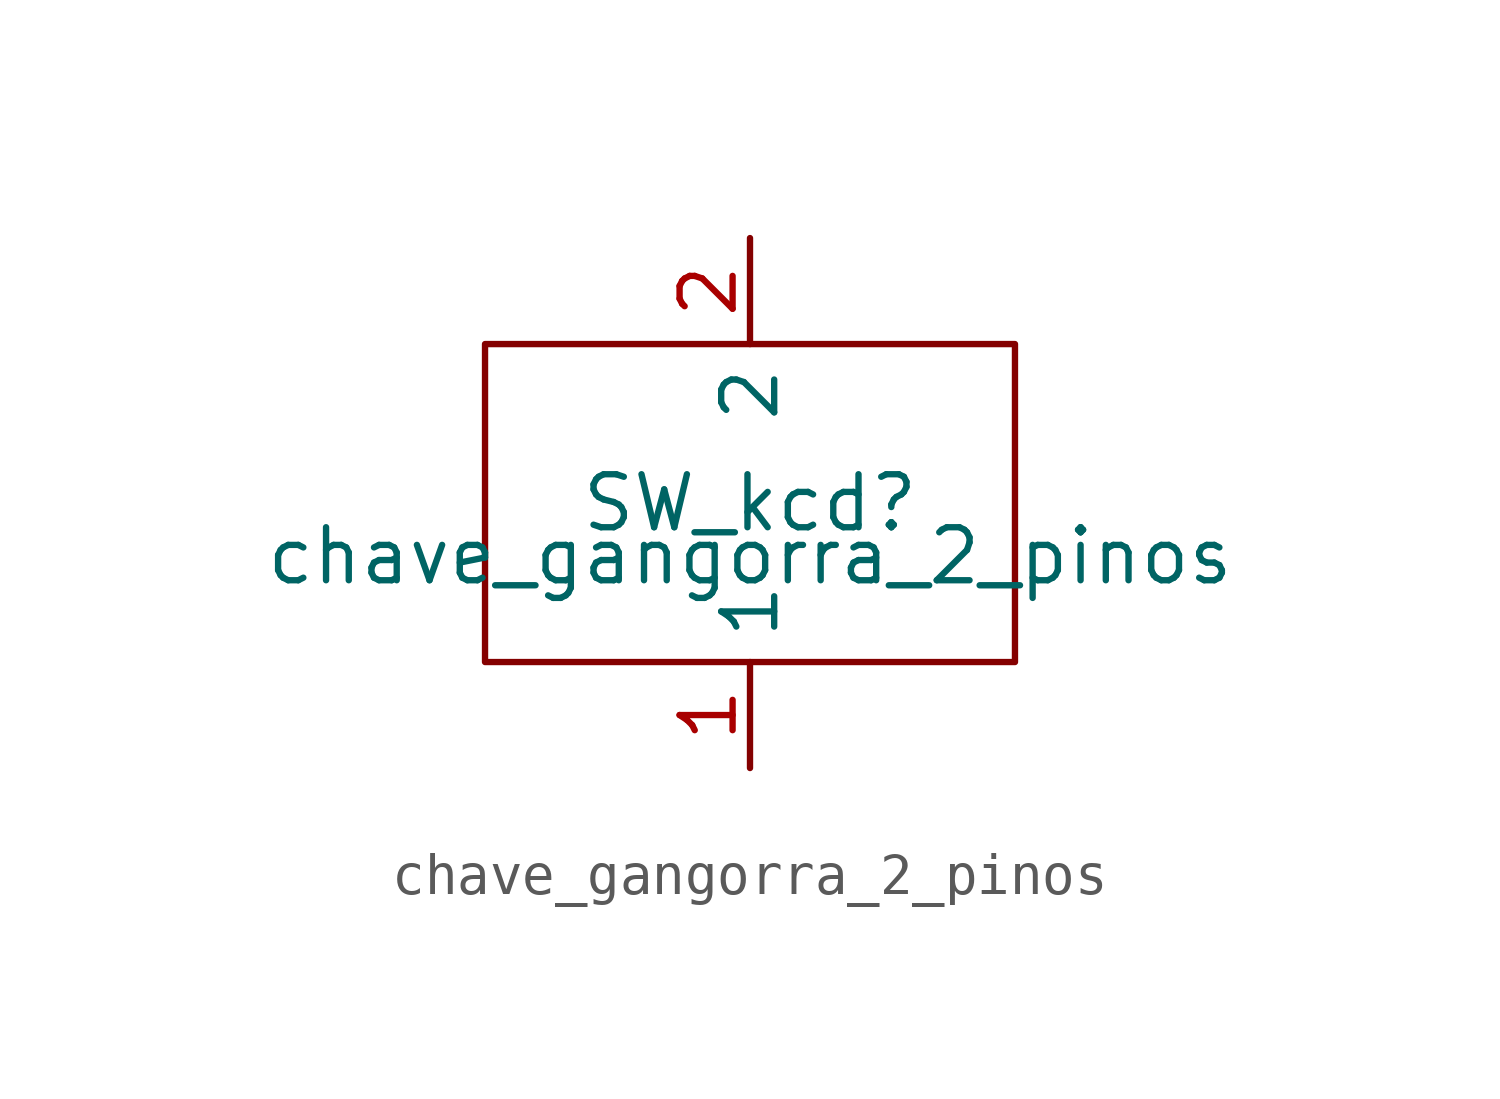
<source format=kicad_sym>
(kicad_symbol_lib
  (version 20220914)
  (generator kicad_symbol_editor)
  (symbol "chave_gangorra_2_pinos"
    (property "Reference" "SW_kcd"
      (at 0 2.54 0)
      (effects (font (size 1.27 1.27))))
    (property "Value" "chave_gangorra_2_pinos"
      (at 0 1.27 0)
      (effects (font (size 1.27 1.27))))
    (symbol "chave_gangorra_2_pinos_0_1"
      (rectangle (start -6.35 6.35) (end 6.35 -1.27) (stroke (width 0) (type default)) (fill (type none))))
    (symbol "chave_gangorra_2_pinos_1_1"
      (pin input line (at 0 -3.81 90) (length 2.54) (name "1" (effects (font (size 1.27 1.27)))) (number "1" (effects (font (size 1.27 1.27)))))
      (pin input line (at 0 8.89 270) (length 2.54) (name "2" (effects (font (size 1.27 1.27)))) (number "2" (effects (font (size 1.27 1.27))))))))
</source>
